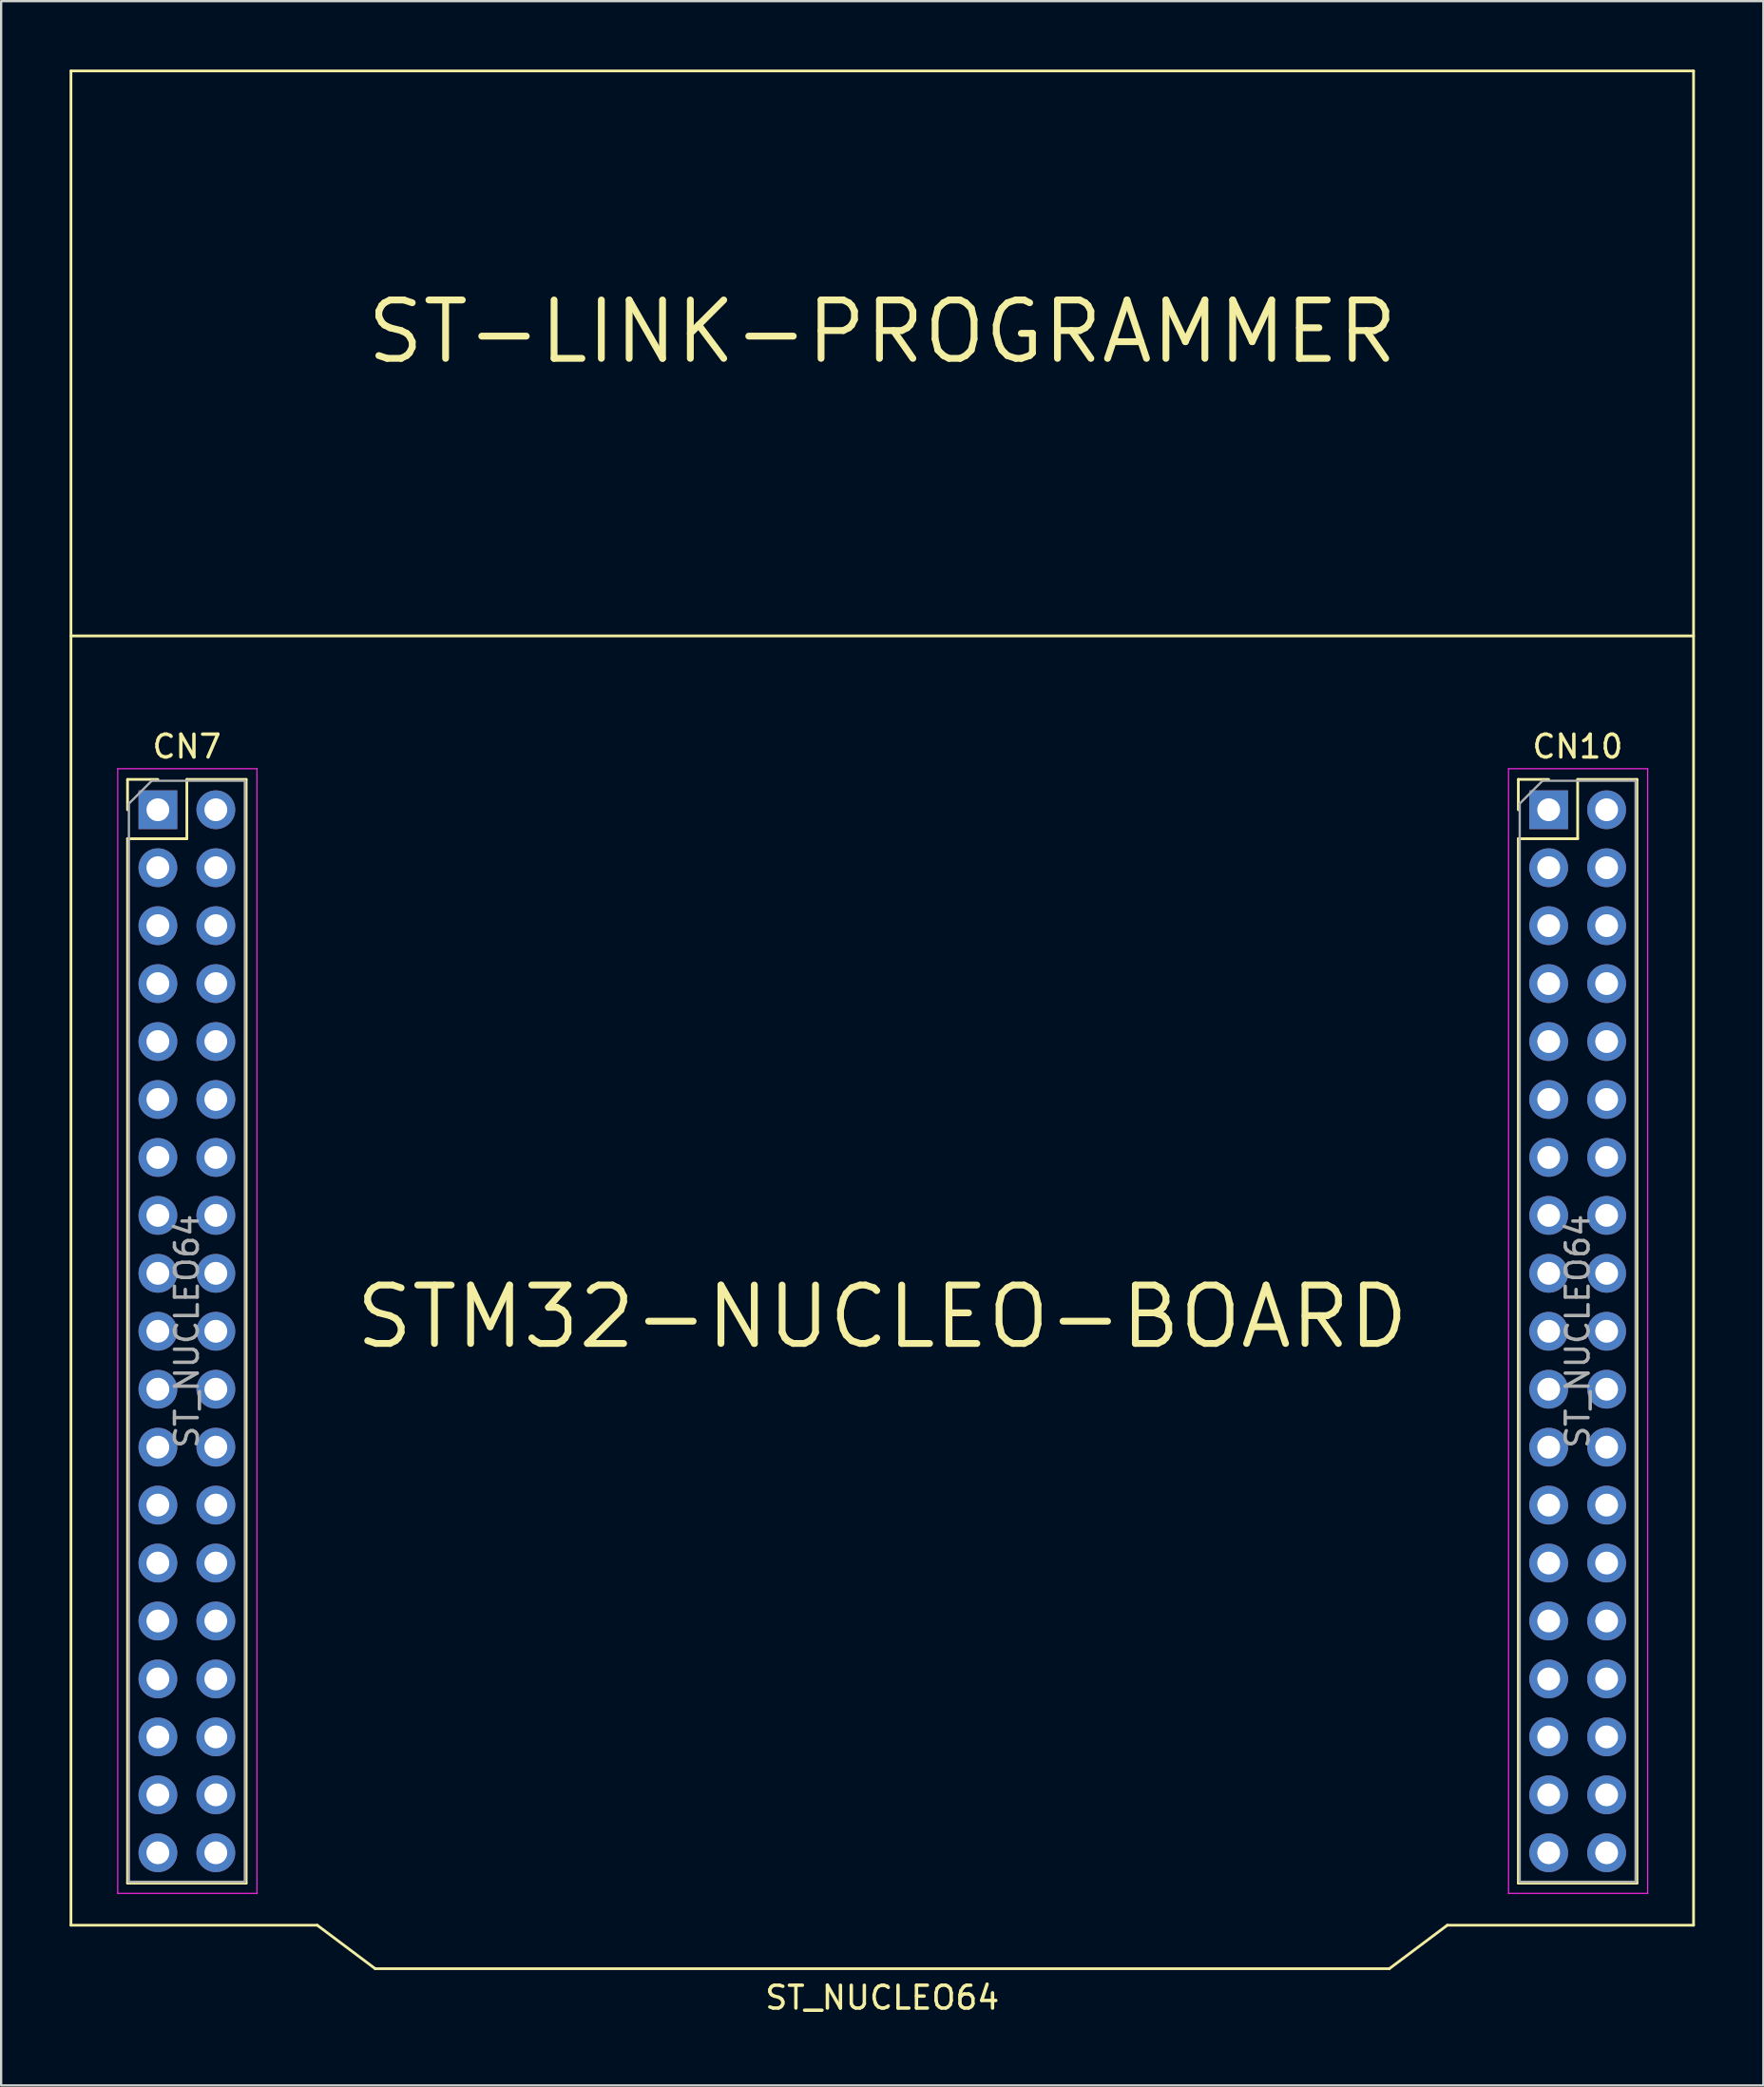
<source format=kicad_pcb>
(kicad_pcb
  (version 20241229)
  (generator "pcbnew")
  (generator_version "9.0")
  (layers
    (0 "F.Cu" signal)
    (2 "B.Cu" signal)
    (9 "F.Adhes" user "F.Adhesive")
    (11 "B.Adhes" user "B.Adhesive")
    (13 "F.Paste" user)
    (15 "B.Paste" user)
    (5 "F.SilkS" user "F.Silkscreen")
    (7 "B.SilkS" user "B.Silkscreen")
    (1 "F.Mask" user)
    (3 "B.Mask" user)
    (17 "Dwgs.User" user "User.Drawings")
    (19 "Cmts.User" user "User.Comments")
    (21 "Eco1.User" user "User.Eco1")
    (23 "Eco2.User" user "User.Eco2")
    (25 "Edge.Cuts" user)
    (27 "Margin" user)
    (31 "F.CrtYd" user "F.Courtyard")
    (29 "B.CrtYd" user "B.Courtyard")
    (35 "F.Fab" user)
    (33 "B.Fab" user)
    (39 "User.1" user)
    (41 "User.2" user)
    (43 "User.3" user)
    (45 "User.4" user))
  (footprint "ST_NUCLEO64"
    (layer "F.Cu")
    (at 35.62 55.305)
    (property "Reference" "ST_NUCLEO64" (at 0 29.21 0) (layer "F.SilkS") (effects (font (size 1 1) (thickness 0.15))))
    (attr through_hole)
    (fp_line (start -35.56 -55.245) (end 35.56 -55.245) (stroke (width 0.12) (type solid)) (layer "F.SilkS"))
    (fp_line (start -35.56 26.035) (end -35.56 -55.245) (stroke (width 0.12) (type solid)) (layer "F.SilkS"))
    (fp_line (start -33.08 -24.19) (end -33.08 -22.86) (stroke (width 0.12) (type solid)) (layer "F.SilkS"))
    (fp_line (start -33.08 -21.59) (end -33.08 24.19) (stroke (width 0.12) (type solid)) (layer "F.SilkS"))
    (fp_line (start -31.75 -24.19) (end -33.08 -24.19) (stroke (width 0.12) (type solid)) (layer "F.SilkS"))
    (fp_line (start -30.48 -24.19) (end -30.48 -21.59) (stroke (width 0.12) (type solid)) (layer "F.SilkS"))
    (fp_line (start -30.48 -21.59) (end -33.08 -21.59) (stroke (width 0.12) (type solid)) (layer "F.SilkS"))
    (fp_line (start -27.88 -24.19) (end -30.48 -24.19) (stroke (width 0.12) (type solid)) (layer "F.SilkS"))
    (fp_line (start -27.88 -24.19) (end -27.88 24.19) (stroke (width 0.12) (type solid)) (layer "F.SilkS"))
    (fp_line (start -27.88 24.19) (end -33.08 24.19) (stroke (width 0.12) (type solid)) (layer "F.SilkS"))
    (fp_line (start -24.765 26.035) (end -35.56 26.035) (stroke (width 0.12) (type solid)) (layer "F.SilkS"))
    (fp_line (start -22.225 27.94) (end -24.765 26.035) (stroke (width 0.12) (type solid)) (layer "F.SilkS"))
    (fp_line (start 22.225 27.94) (end -22.225 27.94) (stroke (width 0.12) (type solid)) (layer "F.SilkS"))
    (fp_line (start 22.225 27.94) (end 24.765 26.035) (stroke (width 0.12) (type solid)) (layer "F.SilkS"))
    (fp_line (start 24.765 26.035) (end 35.56 26.035) (stroke (width 0.12) (type solid)) (layer "F.SilkS"))
    (fp_line (start 27.88 -24.19) (end 27.88 -22.86) (stroke (width 0.12) (type solid)) (layer "F.SilkS"))
    (fp_line (start 27.88 -21.59) (end 27.88 24.19) (stroke (width 0.12) (type solid)) (layer "F.SilkS"))
    (fp_line (start 29.21 -24.19) (end 27.88 -24.19) (stroke (width 0.12) (type solid)) (layer "F.SilkS"))
    (fp_line (start 30.48 -24.19) (end 30.48 -21.59) (stroke (width 0.12) (type solid)) (layer "F.SilkS"))
    (fp_line (start 30.48 -21.59) (end 27.88 -21.59) (stroke (width 0.12) (type solid)) (layer "F.SilkS"))
    (fp_line (start 33.08 -24.19) (end 30.48 -24.19) (stroke (width 0.12) (type solid)) (layer "F.SilkS"))
    (fp_line (start 33.08 -24.19) (end 33.08 24.19) (stroke (width 0.12) (type solid)) (layer "F.SilkS"))
    (fp_line (start 33.08 24.19) (end 27.88 24.19) (stroke (width 0.12) (type solid)) (layer "F.SilkS"))
    (fp_line (start 35.56 -30.48) (end -35.56 -30.48) (stroke (width 0.12) (type solid)) (layer "F.SilkS"))
    (fp_line (start 35.56 26.035) (end 35.56 -55.245) (stroke (width 0.12) (type solid)) (layer "F.SilkS"))
    (fp_line (start -33.51 -24.66) (end -33.51 24.64) (stroke (width 0.05) (type solid)) (layer "F.CrtYd"))
    (fp_line (start -33.51 24.64) (end -27.41 24.64) (stroke (width 0.05) (type solid)) (layer "F.CrtYd"))
    (fp_line (start -27.41 -24.66) (end -33.51 -24.66) (stroke (width 0.05) (type solid)) (layer "F.CrtYd"))
    (fp_line (start -27.41 24.64) (end -27.41 -24.66) (stroke (width 0.05) (type solid)) (layer "F.CrtYd"))
    (fp_line (start 27.45 -24.66) (end 27.45 24.64) (stroke (width 0.05) (type solid)) (layer "F.CrtYd"))
    (fp_line (start 27.45 24.64) (end 33.55 24.64) (stroke (width 0.05) (type solid)) (layer "F.CrtYd"))
    (fp_line (start 33.55 -24.66) (end 27.45 -24.66) (stroke (width 0.05) (type solid)) (layer "F.CrtYd"))
    (fp_line (start 33.55 24.64) (end 33.55 -24.66) (stroke (width 0.05) (type solid)) (layer "F.CrtYd"))
    (fp_line (start -33.02 -23.13) (end -33.02 24.13) (stroke (width 0.1) (type solid)) (layer "F.Fab"))
    (fp_line (start -33.02 24.13) (end -27.94 24.13) (stroke (width 0.1) (type solid)) (layer "F.Fab"))
    (fp_line (start -32.02 -24.13) (end -33.02 -23.13) (stroke (width 0.1) (type solid)) (layer "F.Fab"))
    (fp_line (start -27.94 -24.13) (end -32.02 -24.13) (stroke (width 0.1) (type solid)) (layer "F.Fab"))
    (fp_line (start -27.94 24.13) (end -27.94 -24.13) (stroke (width 0.1) (type solid)) (layer "F.Fab"))
    (fp_line (start 27.94 -23.13) (end 27.94 24.13) (stroke (width 0.1) (type solid)) (layer "F.Fab"))
    (fp_line (start 27.94 24.13) (end 33.02 24.13) (stroke (width 0.1) (type solid)) (layer "F.Fab"))
    (fp_line (start 28.94 -24.13) (end 27.94 -23.13) (stroke (width 0.1) (type solid)) (layer "F.Fab"))
    (fp_line (start 33.02 -24.13) (end 28.94 -24.13) (stroke (width 0.1) (type solid)) (layer "F.Fab"))
    (fp_line (start 33.02 24.13) (end 33.02 -24.13) (stroke (width 0.1) (type solid)) (layer "F.Fab"))
    (fp_text user "ST-LINK-PROGRAMMER" (at 0 -43.815 0) (layer "F.SilkS") (effects (font (size 2.56 2.56) (thickness 0.3))))
    (fp_text user "CN7" (at -30.48 -25.63 0) (layer "F.SilkS") (effects (font (size 1 1) (thickness 0.15))))
    (fp_text user "CN10" (at 30.48 -25.63 0) (layer "F.SilkS") (effects (font (size 1 1) (thickness 0.15))))
    (fp_text user "STM32-NUCLEO-BOARD" (at 0 -0.635 0) (layer "F.SilkS") (effects (font (size 2.56 2.56) (thickness 0.3))))
    (fp_text user "${REFERENCE}" (at -30.48 0 90) (layer "F.Fab") (effects (font (size 1 1) (thickness 0.15))))
    (fp_text user "${REFERENCE}" (at 30.48 0 90) (layer "F.Fab") (effects (font (size 1 1) (thickness 0.15))))
    (pad "1" thru_hole rect (at -31.75 -22.86) (size 1.7 1.7) (drill 1) (layers "*.Cu" "*.Mask"))
    (pad "2" thru_hole oval (at -29.21 -22.86) (size 1.7 1.7) (drill 1) (layers "*.Cu" "*.Mask"))
    (pad "3" thru_hole oval (at -31.75 -20.32) (size 1.7 1.7) (drill 1) (layers "*.Cu" "*.Mask"))
    (pad "4" thru_hole oval (at -29.21 -20.32) (size 1.7 1.7) (drill 1) (layers "*.Cu" "*.Mask"))
    (pad "5" thru_hole oval (at -31.75 -17.78) (size 1.7 1.7) (drill 1) (layers "*.Cu" "*.Mask"))
    (pad "6" thru_hole oval (at -29.21 -17.78) (size 1.7 1.7) (drill 1) (layers "*.Cu" "*.Mask"))
    (pad "7" thru_hole oval (at -31.75 -15.24) (size 1.7 1.7) (drill 1) (layers "*.Cu" "*.Mask"))
    (pad "8" thru_hole oval (at -29.21 -15.24) (size 1.7 1.7) (drill 1) (layers "*.Cu" "*.Mask"))
    (pad "9" thru_hole oval (at -31.75 -12.7) (size 1.7 1.7) (drill 1) (layers "*.Cu" "*.Mask"))
    (pad "10" thru_hole oval (at -29.21 -12.7) (size 1.7 1.7) (drill 1) (layers "*.Cu" "*.Mask"))
    (pad "11" thru_hole oval (at -31.75 -10.16) (size 1.7 1.7) (drill 1) (layers "*.Cu" "*.Mask"))
    (pad "12" thru_hole oval (at -29.21 -10.16) (size 1.7 1.7) (drill 1) (layers "*.Cu" "*.Mask"))
    (pad "13" thru_hole oval (at -31.75 -7.62) (size 1.7 1.7) (drill 1) (layers "*.Cu" "*.Mask"))
    (pad "14" thru_hole oval (at -29.21 -7.62) (size 1.7 1.7) (drill 1) (layers "*.Cu" "*.Mask"))
    (pad "15" thru_hole oval (at -31.75 -5.08) (size 1.7 1.7) (drill 1) (layers "*.Cu" "*.Mask"))
    (pad "16" thru_hole oval (at -29.21 -5.08) (size 1.7 1.7) (drill 1) (layers "*.Cu" "*.Mask"))
    (pad "17" thru_hole oval (at -31.75 -2.54) (size 1.7 1.7) (drill 1) (layers "*.Cu" "*.Mask"))
    (pad "18" thru_hole oval (at -29.21 -2.54) (size 1.7 1.7) (drill 1) (layers "*.Cu" "*.Mask"))
    (pad "19" thru_hole oval (at -31.75 0) (size 1.7 1.7) (drill 1) (layers "*.Cu" "*.Mask"))
    (pad "20" thru_hole oval (at -29.21 0) (size 1.7 1.7) (drill 1) (layers "*.Cu" "*.Mask"))
    (pad "21" thru_hole oval (at -31.75 2.54) (size 1.7 1.7) (drill 1) (layers "*.Cu" "*.Mask"))
    (pad "22" thru_hole oval (at -29.21 2.54) (size 1.7 1.7) (drill 1) (layers "*.Cu" "*.Mask"))
    (pad "23" thru_hole oval (at -31.75 5.08) (size 1.7 1.7) (drill 1) (layers "*.Cu" "*.Mask"))
    (pad "24" thru_hole oval (at -29.21 5.08) (size 1.7 1.7) (drill 1) (layers "*.Cu" "*.Mask"))
    (pad "25" thru_hole oval (at -31.75 7.62) (size 1.7 1.7) (drill 1) (layers "*.Cu" "*.Mask"))
    (pad "26" thru_hole oval (at -29.21 7.62) (size 1.7 1.7) (drill 1) (layers "*.Cu" "*.Mask"))
    (pad "27" thru_hole oval (at -31.75 10.16) (size 1.7 1.7) (drill 1) (layers "*.Cu" "*.Mask"))
    (pad "28" thru_hole oval (at -29.21 10.16) (size 1.7 1.7) (drill 1) (layers "*.Cu" "*.Mask"))
    (pad "29" thru_hole oval (at -31.75 12.7) (size 1.7 1.7) (drill 1) (layers "*.Cu" "*.Mask"))
    (pad "30" thru_hole oval (at -29.21 12.7) (size 1.7 1.7) (drill 1) (layers "*.Cu" "*.Mask"))
    (pad "31" thru_hole oval (at -31.75 15.24) (size 1.7 1.7) (drill 1) (layers "*.Cu" "*.Mask"))
    (pad "32" thru_hole oval (at -29.21 15.24) (size 1.7 1.7) (drill 1) (layers "*.Cu" "*.Mask"))
    (pad "33" thru_hole oval (at -31.75 17.78) (size 1.7 1.7) (drill 1) (layers "*.Cu" "*.Mask"))
    (pad "34" thru_hole oval (at -29.21 17.78) (size 1.7 1.7) (drill 1) (layers "*.Cu" "*.Mask"))
    (pad "35" thru_hole oval (at -31.75 20.32) (size 1.7 1.7) (drill 1) (layers "*.Cu" "*.Mask"))
    (pad "36" thru_hole oval (at -29.21 20.32) (size 1.7 1.7) (drill 1) (layers "*.Cu" "*.Mask"))
    (pad "37" thru_hole oval (at -31.75 22.86) (size 1.7 1.7) (drill 1) (layers "*.Cu" "*.Mask"))
    (pad "38" thru_hole oval (at -29.21 22.86) (size 1.7 1.7) (drill 1) (layers "*.Cu" "*.Mask"))
    (pad "39" thru_hole rect (at 29.21 -22.86) (size 1.7 1.7) (drill 1) (layers "*.Cu" "*.Mask"))
    (pad "40" thru_hole oval (at 31.75 -22.86) (size 1.7 1.7) (drill 1) (layers "*.Cu" "*.Mask"))
    (pad "41" thru_hole oval (at 29.21 -20.32) (size 1.7 1.7) (drill 1) (layers "*.Cu" "*.Mask"))
    (pad "42" thru_hole oval (at 31.75 -20.32) (size 1.7 1.7) (drill 1) (layers "*.Cu" "*.Mask"))
    (pad "43" thru_hole oval (at 29.21 -17.78) (size 1.7 1.7) (drill 1) (layers "*.Cu" "*.Mask"))
    (pad "44" thru_hole oval (at 31.75 -17.78) (size 1.7 1.7) (drill 1) (layers "*.Cu" "*.Mask"))
    (pad "45" thru_hole oval (at 29.21 -15.24) (size 1.7 1.7) (drill 1) (layers "*.Cu" "*.Mask"))
    (pad "46" thru_hole oval (at 31.75 -15.24) (size 1.7 1.7) (drill 1) (layers "*.Cu" "*.Mask"))
    (pad "47" thru_hole oval (at 29.21 -12.7) (size 1.7 1.7) (drill 1) (layers "*.Cu" "*.Mask"))
    (pad "48" thru_hole oval (at 31.75 -12.7) (size 1.7 1.7) (drill 1) (layers "*.Cu" "*.Mask"))
    (pad "49" thru_hole oval (at 29.21 -10.16) (size 1.7 1.7) (drill 1) (layers "*.Cu" "*.Mask"))
    (pad "50" thru_hole oval (at 31.75 -10.16) (size 1.7 1.7) (drill 1) (layers "*.Cu" "*.Mask"))
    (pad "51" thru_hole oval (at 29.21 -7.62) (size 1.7 1.7) (drill 1) (layers "*.Cu" "*.Mask"))
    (pad "52" thru_hole oval (at 31.75 -7.62) (size 1.7 1.7) (drill 1) (layers "*.Cu" "*.Mask"))
    (pad "53" thru_hole oval (at 29.21 -5.08) (size 1.7 1.7) (drill 1) (layers "*.Cu" "*.Mask"))
    (pad "54" thru_hole oval (at 31.75 -5.08) (size 1.7 1.7) (drill 1) (layers "*.Cu" "*.Mask"))
    (pad "55" thru_hole oval (at 29.21 -2.54) (size 1.7 1.7) (drill 1) (layers "*.Cu" "*.Mask"))
    (pad "56" thru_hole oval (at 31.75 -2.54) (size 1.7 1.7) (drill 1) (layers "*.Cu" "*.Mask"))
    (pad "57" thru_hole oval (at 29.21 0) (size 1.7 1.7) (drill 1) (layers "*.Cu" "*.Mask"))
    (pad "58" thru_hole oval (at 31.75 0) (size 1.7 1.7) (drill 1) (layers "*.Cu" "*.Mask"))
    (pad "59" thru_hole oval (at 29.21 2.54) (size 1.7 1.7) (drill 1) (layers "*.Cu" "*.Mask"))
    (pad "60" thru_hole oval (at 31.75 2.54) (size 1.7 1.7) (drill 1) (layers "*.Cu" "*.Mask"))
    (pad "61" thru_hole oval (at 29.21 5.08) (size 1.7 1.7) (drill 1) (layers "*.Cu" "*.Mask"))
    (pad "62" thru_hole oval (at 31.75 5.08) (size 1.7 1.7) (drill 1) (layers "*.Cu" "*.Mask"))
    (pad "63" thru_hole oval (at 29.21 7.62) (size 1.7 1.7) (drill 1) (layers "*.Cu" "*.Mask"))
    (pad "64" thru_hole oval (at 31.75 7.62) (size 1.7 1.7) (drill 1) (layers "*.Cu" "*.Mask"))
    (pad "65" thru_hole oval (at 29.21 10.16) (size 1.7 1.7) (drill 1) (layers "*.Cu" "*.Mask"))
    (pad "66" thru_hole oval (at 31.75 10.16) (size 1.7 1.7) (drill 1) (layers "*.Cu" "*.Mask"))
    (pad "67" thru_hole oval (at 29.21 12.7) (size 1.7 1.7) (drill 1) (layers "*.Cu" "*.Mask"))
    (pad "68" thru_hole oval (at 31.75 12.7) (size 1.7 1.7) (drill 1) (layers "*.Cu" "*.Mask"))
    (pad "69" thru_hole oval (at 29.21 15.24) (size 1.7 1.7) (drill 1) (layers "*.Cu" "*.Mask"))
    (pad "70" thru_hole oval (at 31.75 15.24) (size 1.7 1.7) (drill 1) (layers "*.Cu" "*.Mask"))
    (pad "71" thru_hole oval (at 29.21 17.78) (size 1.7 1.7) (drill 1) (layers "*.Cu" "*.Mask"))
    (pad "72" thru_hole oval (at 31.75 17.78) (size 1.7 1.7) (drill 1) (layers "*.Cu" "*.Mask"))
    (pad "73" thru_hole oval (at 29.21 20.32) (size 1.7 1.7) (drill 1) (layers "*.Cu" "*.Mask"))
    (pad "74" thru_hole oval (at 31.75 20.32) (size 1.7 1.7) (drill 1) (layers "*.Cu" "*.Mask"))
    (pad "75" thru_hole oval (at 29.21 22.86) (size 1.7 1.7) (drill 1) (layers "*.Cu" "*.Mask"))
    (pad "76" thru_hole oval (at 31.75 22.86) (size 1.7 1.7) (drill 1) (layers "*.Cu" "*.Mask")))
  (gr_rect
    (start -3 -3)
    (end 74.24 88.363)
    (stroke (width 0.1) (type default))
    (fill no)
    (layer "Edge.Cuts")))
</source>
